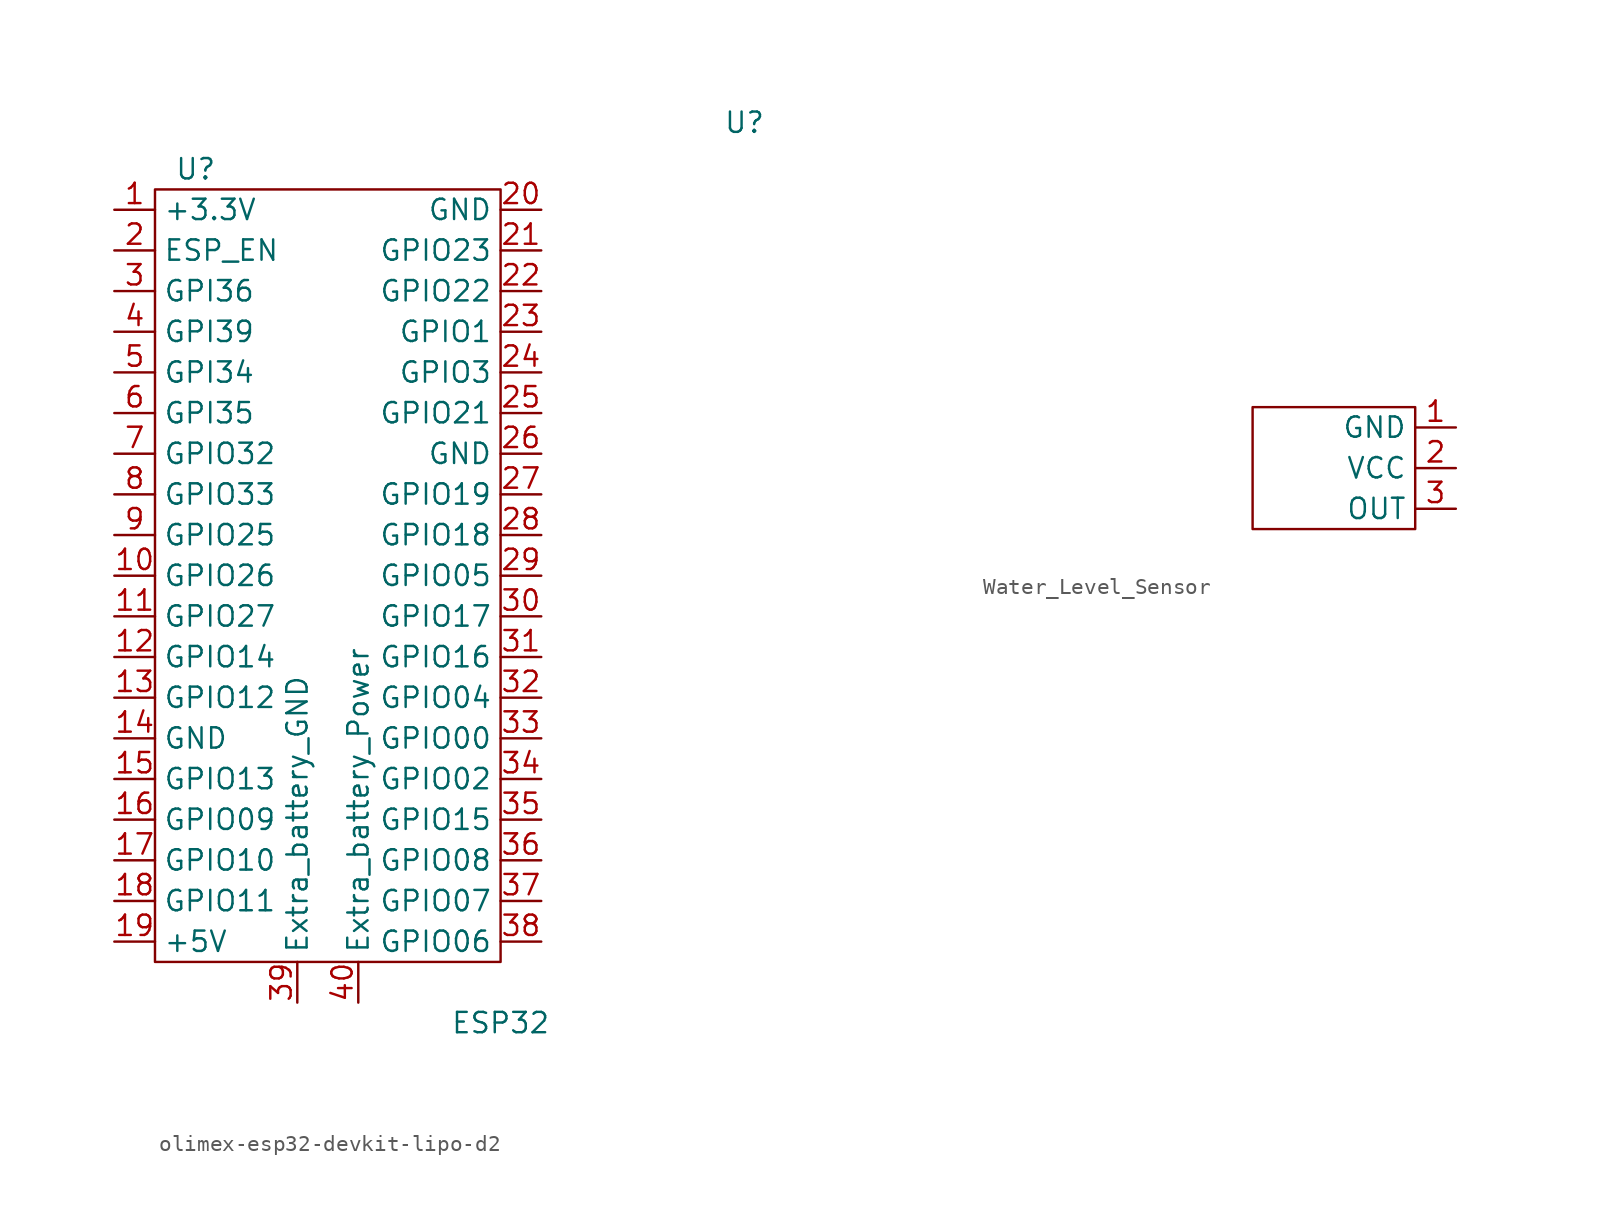
<source format=kicad_sym>
(kicad_symbol_lib
  (version 20220914)
  (generator kicad_symbol_editor)
  (symbol "olimex-esp32-devkit-lipo-d2"
    (property "Reference" "U"
      (at 0 6.35 0)
      (effects (font (size 1.27 1.27))))
    (property "Value" "ESP32"
      (at 19.05 -46.99 0)
      (effects (font (size 1.27 1.27))))
    (symbol "olimex-esp32-devkit-lipo-d2_0_1"
      (rectangle (start -2.54 5.08) (end 19.05 -43.18) (stroke (width 0) (type default)) (fill (type none))))
    (symbol "olimex-esp32-devkit-lipo-d2_1_1"
      (pin power_out line (at -5.08 3.81 0) (length 2.54) (name "+3.3V" (effects (font (size 1.27 1.27)))) (number "1" (effects (font (size 1.27 1.27)))))
      (pin bidirectional line (at -5.08 -19.05 0) (length 2.54) (name "GPIO26" (effects (font (size 1.27 1.27)))) (number "10" (effects (font (size 1.27 1.27)))))
      (pin bidirectional line (at -5.08 -21.59 0) (length 2.54) (name "GPIO27" (effects (font (size 1.27 1.27)))) (number "11" (effects (font (size 1.27 1.27)))))
      (pin bidirectional line (at -5.08 -24.13 0) (length 2.54) (name "GPIO14" (effects (font (size 1.27 1.27)))) (number "12" (effects (font (size 1.27 1.27)))))
      (pin bidirectional line (at -5.08 -26.67 0) (length 2.54) (name "GPIO12" (effects (font (size 1.27 1.27)))) (number "13" (effects (font (size 1.27 1.27)))))
      (pin power_out line (at -5.08 -29.21 0) (length 2.54) (name "GND" (effects (font (size 1.27 1.27)))) (number "14" (effects (font (size 1.27 1.27)))))
      (pin bidirectional line (at -5.08 -31.75 0) (length 2.54) (name "GPIO13" (effects (font (size 1.27 1.27)))) (number "15" (effects (font (size 1.27 1.27)))))
      (pin bidirectional line (at -5.08 -34.29 0) (length 2.54) (name "GPIO09" (effects (font (size 1.27 1.27)))) (number "16" (effects (font (size 1.27 1.27)))))
      (pin bidirectional line (at -5.08 -36.83 0) (length 2.54) (name "GPIO10" (effects (font (size 1.27 1.27)))) (number "17" (effects (font (size 1.27 1.27)))))
      (pin bidirectional line (at -5.08 -39.37 0) (length 2.54) (name "GPIO11" (effects (font (size 1.27 1.27)))) (number "18" (effects (font (size 1.27 1.27)))))
      (pin power_out line (at -5.08 -41.91 0) (length 2.54) (name "+5V" (effects (font (size 1.27 1.27)))) (number "19" (effects (font (size 1.27 1.27)))))
      (pin passive line (at -5.08 1.27 0) (length 2.54) (name "ESP_EN" (effects (font (size 1.27 1.27)))) (number "2" (effects (font (size 1.27 1.27)))))
      (pin power_out line (at 21.59 3.81 180) (length 2.54) (name "GND" (effects (font (size 1.27 1.27)))) (number "20" (effects (font (size 1.27 1.27)))))
      (pin bidirectional line (at 21.59 1.27 180) (length 2.54) (name "GPIO23" (effects (font (size 1.27 1.27)))) (number "21" (effects (font (size 1.27 1.27)))))
      (pin bidirectional line (at 21.59 -1.27 180) (length 2.54) (name "GPIO22" (effects (font (size 1.27 1.27)))) (number "22" (effects (font (size 1.27 1.27)))))
      (pin bidirectional line (at 21.59 -3.81 180) (length 2.54) (name "GPIO1" (effects (font (size 1.27 1.27)))) (number "23" (effects (font (size 1.27 1.27)))))
      (pin bidirectional line (at 21.59 -6.35 180) (length 2.54) (name "GPIO3" (effects (font (size 1.27 1.27)))) (number "24" (effects (font (size 1.27 1.27)))))
      (pin bidirectional line (at 21.59 -8.89 180) (length 2.54) (name "GPIO21" (effects (font (size 1.27 1.27)))) (number "25" (effects (font (size 1.27 1.27)))))
      (pin power_out line (at 21.59 -11.43 180) (length 2.54) (name "GND" (effects (font (size 1.27 1.27)))) (number "26" (effects (font (size 1.27 1.27)))))
      (pin bidirectional line (at 21.59 -13.97 180) (length 2.54) (name "GPIO19" (effects (font (size 1.27 1.27)))) (number "27" (effects (font (size 1.27 1.27)))))
      (pin bidirectional line (at 21.59 -16.51 180) (length 2.54) (name "GPIO18" (effects (font (size 1.27 1.27)))) (number "28" (effects (font (size 1.27 1.27)))))
      (pin bidirectional line (at 21.59 -19.05 180) (length 2.54) (name "GPIO05" (effects (font (size 1.27 1.27)))) (number "29" (effects (font (size 1.27 1.27)))))
      (pin bidirectional line (at -5.08 -1.27 0) (length 2.54) (name "GPI36" (effects (font (size 1.27 1.27)))) (number "3" (effects (font (size 1.27 1.27)))))
      (pin bidirectional line (at 21.59 -21.59 180) (length 2.54) (name "GPIO17" (effects (font (size 1.27 1.27)))) (number "30" (effects (font (size 1.27 1.27)))))
      (pin bidirectional line (at 21.59 -24.13 180) (length 2.54) (name "GPIO16" (effects (font (size 1.27 1.27)))) (number "31" (effects (font (size 1.27 1.27)))))
      (pin bidirectional line (at 21.59 -26.67 180) (length 2.54) (name "GPIO04" (effects (font (size 1.27 1.27)))) (number "32" (effects (font (size 1.27 1.27)))))
      (pin bidirectional line (at 21.59 -29.21 180) (length 2.54) (name "GPIO00" (effects (font (size 1.27 1.27)))) (number "33" (effects (font (size 1.27 1.27)))))
      (pin bidirectional line (at 21.59 -31.75 180) (length 2.54) (name "GPIO02" (effects (font (size 1.27 1.27)))) (number "34" (effects (font (size 1.27 1.27)))))
      (pin bidirectional line (at 21.59 -34.29 180) (length 2.54) (name "GPIO15" (effects (font (size 1.27 1.27)))) (number "35" (effects (font (size 1.27 1.27)))))
      (pin bidirectional line (at 21.59 -36.83 180) (length 2.54) (name "GPIO08" (effects (font (size 1.27 1.27)))) (number "36" (effects (font (size 1.27 1.27)))))
      (pin bidirectional line (at 21.59 -39.37 180) (length 2.54) (name "GPIO07" (effects (font (size 1.27 1.27)))) (number "37" (effects (font (size 1.27 1.27)))))
      (pin bidirectional line (at 21.59 -41.91 180) (length 2.54) (name "GPIO06" (effects (font (size 1.27 1.27)))) (number "38" (effects (font (size 1.27 1.27)))))
      (pin power_in line (at 6.35 -45.72 90) (length 2.54) (name "Extra_battery_GND" (effects (font (size 1.27 1.27)))) (number "39" (effects (font (size 1.27 1.27)))))
      (pin bidirectional line (at -5.08 -3.81 0) (length 2.54) (name "GPI39" (effects (font (size 1.27 1.27)))) (number "4" (effects (font (size 1.27 1.27)))))
      (pin power_in line (at 10.16 -45.72 90) (length 2.54) (name "Extra_battery_Power" (effects (font (size 1.27 1.27)))) (number "40" (effects (font (size 1.27 1.27)))))
      (pin bidirectional line (at -5.08 -6.35 0) (length 2.54) (name "GPI34" (effects (font (size 1.27 1.27)))) (number "5" (effects (font (size 1.27 1.27)))))
      (pin bidirectional line (at -5.08 -8.89 0) (length 2.54) (name "GPI35" (effects (font (size 1.27 1.27)))) (number "6" (effects (font (size 1.27 1.27)))))
      (pin bidirectional line (at -5.08 -11.43 0) (length 2.54) (name "GPIO32" (effects (font (size 1.27 1.27)))) (number "7" (effects (font (size 1.27 1.27)))))
      (pin bidirectional line (at -5.08 -13.97 0) (length 2.54) (name "GPIO33" (effects (font (size 1.27 1.27)))) (number "8" (effects (font (size 1.27 1.27)))))
      (pin bidirectional line (at -5.08 -16.51 0) (length 2.54) (name "GPIO25" (effects (font (size 1.27 1.27)))) (number "9" (effects (font (size 1.27 1.27)))))))
  (symbol "Water_Level_Sensor"
    (property "Reference" "U"
      (at -36.83 20.32 0)
      (effects (font (size 1.27 1.27))))
    (property "Value" ""
      (at 0 0 0)
      (effects (font (size 1.27 1.27))))
    (symbol "Water_Level_Sensor_0_1"
      (rectangle (start -5.08 2.54) (end 5.08 -5.08) (stroke (width 0) (type default)) (fill (type none))))
    (symbol "Water_Level_Sensor_1_1"
      (pin power_in line (at 7.62 1.27 180) (length 2.54) (name "GND" (effects (font (size 1.27 1.27)))) (number "1" (effects (font (size 1.27 1.27)))))
      (pin power_in line (at 7.62 -1.27 180) (length 2.54) (name "VCC" (effects (font (size 1.27 1.27)))) (number "2" (effects (font (size 1.27 1.27)))))
      (pin output line (at 7.62 -3.81 180) (length 2.54) (name "OUT" (effects (font (size 1.27 1.27)))) (number "3" (effects (font (size 1.27 1.27))))))))
</source>
